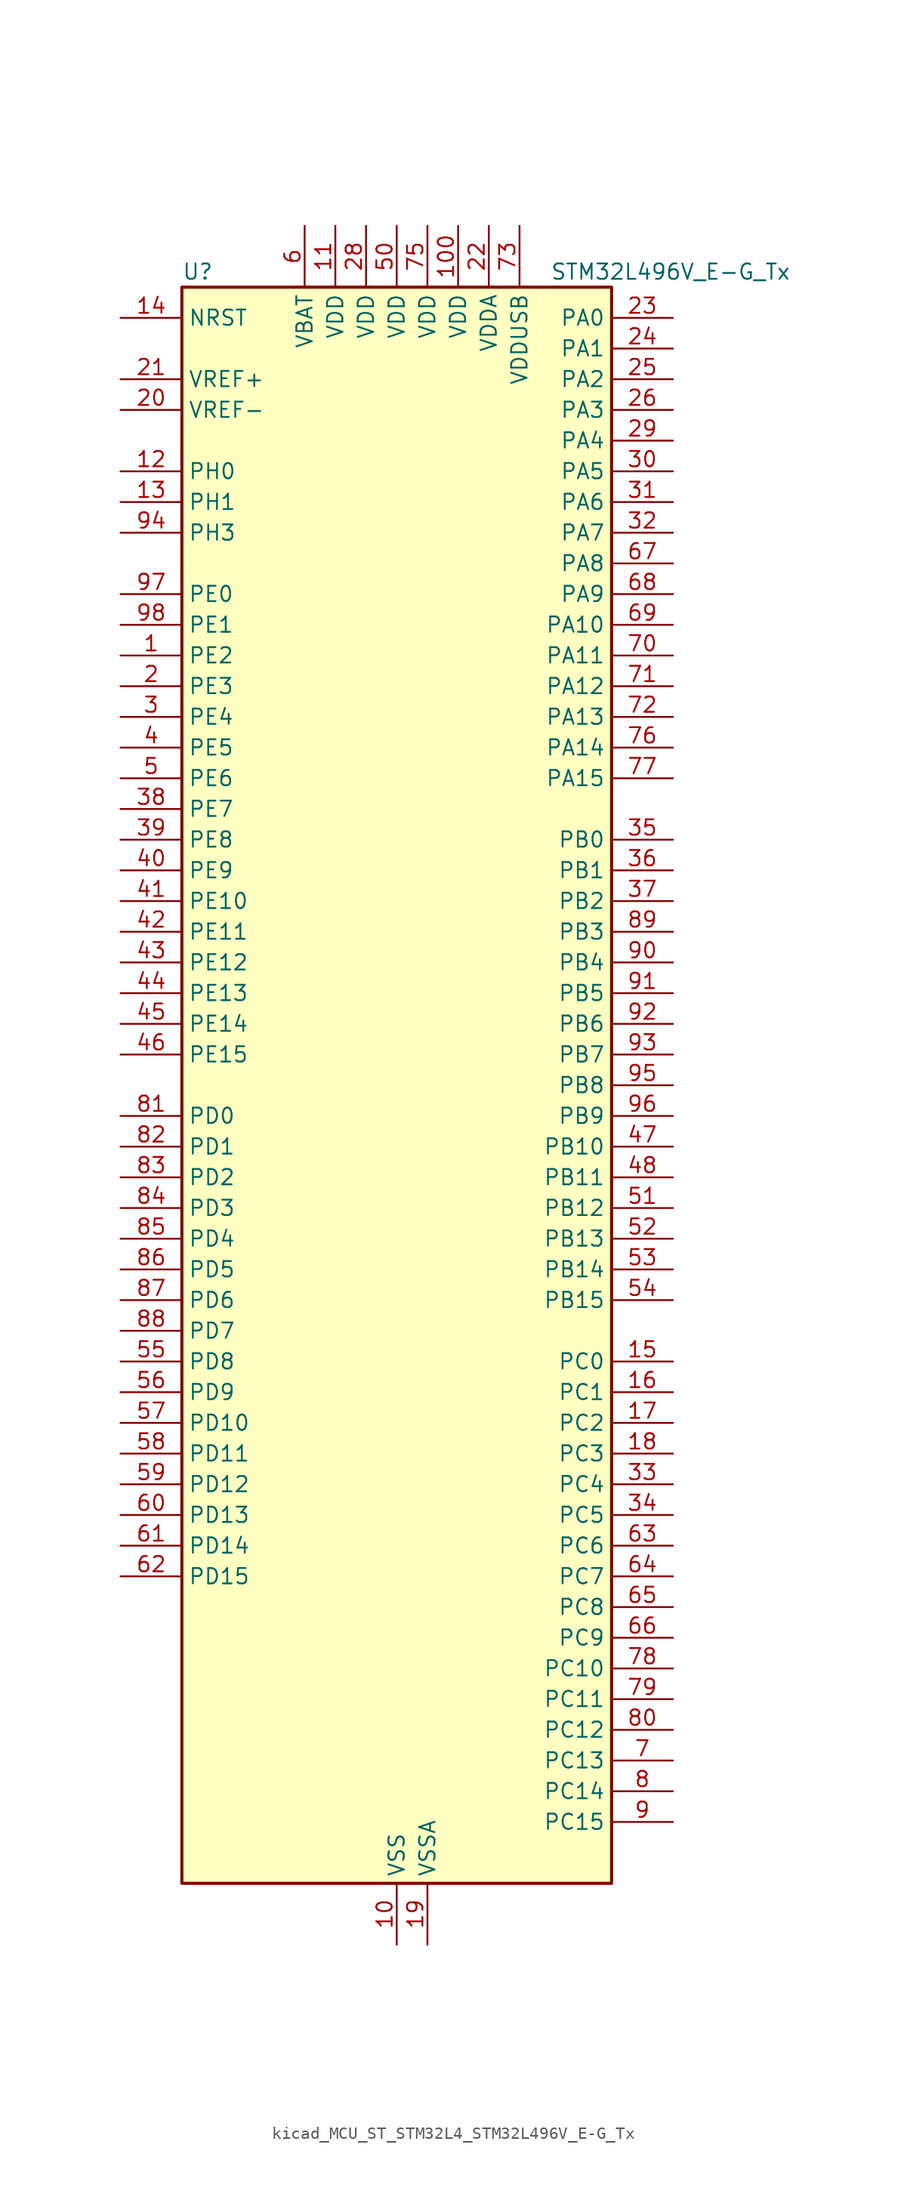
<source format=kicad_sym>
(kicad_symbol_lib
  (version 20220914)
  (generator kicad_symbol_editor)
  (symbol "kicad_MCU_ST_STM32L4_STM32L496V_E-G_Tx"
    (property "Reference" "U"
      (at -17.78 67.31 0)
      (effects (font (size 1.27 1.27)) (justify left)))
    (property "Value" "STM32L496V_E-G_Tx"
      (at 12.7 67.31 0)
      (effects (font (size 1.27 1.27)) (justify left)))
    (property "ki_locked" ""
      (at 0 0 0)
      (effects (font (size 1.27 1.27))))
    (symbol "kicad_MCU_ST_STM32L4_STM32L496V_E-G_Tx_0_1"
      (rectangle (start -17.78 -66.04) (end 17.78 66.04) (stroke (width 0.254) (type default)) (fill (type background))))
    (symbol "kicad_MCU_ST_STM32L4_STM32L496V_E-G_Tx_1_1"
      (pin bidirectional line (at -22.86 35.56 0) (length 5.08) (name "PE2" (effects (font (size 1.27 1.27)))) (number "1" (effects (font (size 1.27 1.27)))) (alternate "FMC_A23" bidirectional line) (alternate "LCD_SEG38" bidirectional line) (alternate "SAI1_MCLK_A" bidirectional line) (alternate "SYS_TRACECLK" bidirectional line) (alternate "TIM3_ETR" bidirectional line) (alternate "TSC_G7_IO1" bidirectional line))
      (pin power_in line (at 0 -71.12 90) (length 5.08) (name "VSS" (effects (font (size 1.27 1.27)))) (number "10" (effects (font (size 1.27 1.27)))))
      (pin power_in line (at 5.08 71.12 270) (length 5.08) (name "VDD" (effects (font (size 1.27 1.27)))) (number "100" (effects (font (size 1.27 1.27)))))
      (pin power_in line (at -5.08 71.12 270) (length 5.08) (name "VDD" (effects (font (size 1.27 1.27)))) (number "11" (effects (font (size 1.27 1.27)))))
      (pin bidirectional line (at -22.86 50.8 0) (length 5.08) (name "PH0" (effects (font (size 1.27 1.27)))) (number "12" (effects (font (size 1.27 1.27)))) (alternate "RCC_OSC_IN" bidirectional line))
      (pin bidirectional line (at -22.86 48.26 0) (length 5.08) (name "PH1" (effects (font (size 1.27 1.27)))) (number "13" (effects (font (size 1.27 1.27)))) (alternate "RCC_OSC_OUT" bidirectional line))
      (pin input line (at -22.86 63.5 0) (length 5.08) (name "NRST" (effects (font (size 1.27 1.27)))) (number "14" (effects (font (size 1.27 1.27)))))
      (pin bidirectional line (at 22.86 -22.86 180) (length 5.08) (name "PC0" (effects (font (size 1.27 1.27)))) (number "15" (effects (font (size 1.27 1.27)))) (alternate "ADC1_IN1" bidirectional line) (alternate "ADC2_IN1" bidirectional line) (alternate "ADC3_IN1" bidirectional line) (alternate "DFSDM1_DATIN4" bidirectional line) (alternate "I2C3_SCL" bidirectional line) (alternate "I2C4_SCL" bidirectional line) (alternate "LCD_SEG18" bidirectional line) (alternate "LPTIM1_IN1" bidirectional line) (alternate "LPTIM2_IN1" bidirectional line) (alternate "LPUART1_RX" bidirectional line))
      (pin bidirectional line (at 22.86 -25.4 180) (length 5.08) (name "PC1" (effects (font (size 1.27 1.27)))) (number "16" (effects (font (size 1.27 1.27)))) (alternate "ADC1_IN2" bidirectional line) (alternate "ADC2_IN2" bidirectional line) (alternate "ADC3_IN2" bidirectional line) (alternate "DFSDM1_CKIN4" bidirectional line) (alternate "I2C3_SDA" bidirectional line) (alternate "I2C4_SDA" bidirectional line) (alternate "LCD_SEG19" bidirectional line) (alternate "LPTIM1_OUT" bidirectional line) (alternate "LPUART1_TX" bidirectional line) (alternate "QUADSPI_BK2_IO0" bidirectional line) (alternate "SAI1_SD_A" bidirectional line) (alternate "SPI2_MOSI" bidirectional line) (alternate "SYS_TRACED0" bidirectional line))
      (pin bidirectional line (at 22.86 -27.94 180) (length 5.08) (name "PC2" (effects (font (size 1.27 1.27)))) (number "17" (effects (font (size 1.27 1.27)))) (alternate "ADC1_IN3" bidirectional line) (alternate "ADC2_IN3" bidirectional line) (alternate "ADC3_IN3" bidirectional line) (alternate "DFSDM1_CKOUT" bidirectional line) (alternate "LCD_SEG20" bidirectional line) (alternate "LPTIM1_IN2" bidirectional line) (alternate "QUADSPI_BK2_IO1" bidirectional line) (alternate "SPI2_MISO" bidirectional line))
      (pin bidirectional line (at 22.86 -30.48 180) (length 5.08) (name "PC3" (effects (font (size 1.27 1.27)))) (number "18" (effects (font (size 1.27 1.27)))) (alternate "ADC1_IN4" bidirectional line) (alternate "ADC2_IN4" bidirectional line) (alternate "ADC3_IN4" bidirectional line) (alternate "LCD_VLCD" bidirectional line) (alternate "LPTIM1_ETR" bidirectional line) (alternate "LPTIM2_ETR" bidirectional line) (alternate "QUADSPI_BK2_IO2" bidirectional line) (alternate "SAI1_SD_A" bidirectional line) (alternate "SPI2_MOSI" bidirectional line))
      (pin power_in line (at 2.54 -71.12 90) (length 5.08) (name "VSSA" (effects (font (size 1.27 1.27)))) (number "19" (effects (font (size 1.27 1.27)))))
      (pin bidirectional line (at -22.86 33.02 0) (length 5.08) (name "PE3" (effects (font (size 1.27 1.27)))) (number "2" (effects (font (size 1.27 1.27)))) (alternate "FMC_A19" bidirectional line) (alternate "LCD_SEG39" bidirectional line) (alternate "SAI1_SD_B" bidirectional line) (alternate "SYS_TRACED0" bidirectional line) (alternate "TIM3_CH1" bidirectional line) (alternate "TSC_G7_IO2" bidirectional line))
      (pin input line (at -22.86 55.88 0) (length 5.08) (name "VREF-" (effects (font (size 1.27 1.27)))) (number "20" (effects (font (size 1.27 1.27)))))
      (pin input line (at -22.86 58.42 0) (length 5.08) (name "VREF+" (effects (font (size 1.27 1.27)))) (number "21" (effects (font (size 1.27 1.27)))) (alternate "VREFBUF_OUT" bidirectional line))
      (pin power_in line (at 7.62 71.12 270) (length 5.08) (name "VDDA" (effects (font (size 1.27 1.27)))) (number "22" (effects (font (size 1.27 1.27)))))
      (pin bidirectional line (at 22.86 63.5 180) (length 5.08) (name "PA0" (effects (font (size 1.27 1.27)))) (number "23" (effects (font (size 1.27 1.27)))) (alternate "ADC1_IN5" bidirectional line) (alternate "ADC2_IN5" bidirectional line) (alternate "OPAMP1_VINP" bidirectional line) (alternate "RTC_TAMP2" bidirectional line) (alternate "SAI1_EXTCLK" bidirectional line) (alternate "SYS_WKUP1" bidirectional line) (alternate "TIM2_CH1" bidirectional line) (alternate "TIM2_ETR" bidirectional line) (alternate "TIM5_CH1" bidirectional line) (alternate "TIM8_ETR" bidirectional line) (alternate "UART4_TX" bidirectional line) (alternate "USART2_CTS" bidirectional line))
      (pin bidirectional line (at 22.86 60.96 180) (length 5.08) (name "PA1" (effects (font (size 1.27 1.27)))) (number "24" (effects (font (size 1.27 1.27)))) (alternate "ADC1_IN6" bidirectional line) (alternate "ADC2_IN6" bidirectional line) (alternate "I2C1_SMBA" bidirectional line) (alternate "LCD_SEG0" bidirectional line) (alternate "OPAMP1_VINM" bidirectional line) (alternate "SPI1_SCK" bidirectional line) (alternate "TIM15_CH1N" bidirectional line) (alternate "TIM2_CH2" bidirectional line) (alternate "TIM5_CH2" bidirectional line) (alternate "UART4_RX" bidirectional line) (alternate "USART2_DE" bidirectional line) (alternate "USART2_RTS" bidirectional line))
      (pin bidirectional line (at 22.86 58.42 180) (length 5.08) (name "PA2" (effects (font (size 1.27 1.27)))) (number "25" (effects (font (size 1.27 1.27)))) (alternate "ADC1_IN7" bidirectional line) (alternate "ADC2_IN7" bidirectional line) (alternate "LCD_SEG1" bidirectional line) (alternate "LPUART1_TX" bidirectional line) (alternate "QUADSPI_BK1_NCS" bidirectional line) (alternate "RCC_LSCO" bidirectional line) (alternate "SAI2_EXTCLK" bidirectional line) (alternate "SYS_WKUP4" bidirectional line) (alternate "TIM15_CH1" bidirectional line) (alternate "TIM2_CH3" bidirectional line) (alternate "TIM5_CH3" bidirectional line) (alternate "USART2_TX" bidirectional line))
      (pin bidirectional line (at 22.86 55.88 180) (length 5.08) (name "PA3" (effects (font (size 1.27 1.27)))) (number "26" (effects (font (size 1.27 1.27)))) (alternate "ADC1_IN8" bidirectional line) (alternate "ADC2_IN8" bidirectional line) (alternate "LCD_SEG2" bidirectional line) (alternate "LPUART1_RX" bidirectional line) (alternate "OPAMP1_VOUT" bidirectional line) (alternate "QUADSPI_CLK" bidirectional line) (alternate "SAI1_MCLK_A" bidirectional line) (alternate "TIM15_CH2" bidirectional line) (alternate "TIM2_CH4" bidirectional line) (alternate "TIM5_CH4" bidirectional line) (alternate "USART2_RX" bidirectional line))
      (pin passive line (at 0 -71.12 90) (length 5.08) hide (name "VSS" (effects (font (size 1.27 1.27)))) (number "27" (effects (font (size 1.27 1.27)))))
      (pin power_in line (at -2.54 71.12 270) (length 5.08) (name "VDD" (effects (font (size 1.27 1.27)))) (number "28" (effects (font (size 1.27 1.27)))))
      (pin bidirectional line (at 22.86 53.34 180) (length 5.08) (name "PA4" (effects (font (size 1.27 1.27)))) (number "29" (effects (font (size 1.27 1.27)))) (alternate "ADC1_IN9" bidirectional line) (alternate "ADC2_IN9" bidirectional line) (alternate "DAC1_OUT1" bidirectional line) (alternate "DCMI_HSYNC" bidirectional line) (alternate "LPTIM2_OUT" bidirectional line) (alternate "SAI1_FS_B" bidirectional line) (alternate "SPI1_NSS" bidirectional line) (alternate "SPI3_NSS" bidirectional line) (alternate "USART2_CK" bidirectional line))
      (pin bidirectional line (at -22.86 30.48 0) (length 5.08) (name "PE4" (effects (font (size 1.27 1.27)))) (number "3" (effects (font (size 1.27 1.27)))) (alternate "DCMI_D4" bidirectional line) (alternate "DFSDM1_DATIN3" bidirectional line) (alternate "FMC_A20" bidirectional line) (alternate "SAI1_FS_A" bidirectional line) (alternate "SYS_TRACED1" bidirectional line) (alternate "TIM3_CH2" bidirectional line) (alternate "TSC_G7_IO3" bidirectional line))
      (pin bidirectional line (at 22.86 50.8 180) (length 5.08) (name "PA5" (effects (font (size 1.27 1.27)))) (number "30" (effects (font (size 1.27 1.27)))) (alternate "ADC1_IN10" bidirectional line) (alternate "ADC2_IN10" bidirectional line) (alternate "DAC1_OUT2" bidirectional line) (alternate "LPTIM2_ETR" bidirectional line) (alternate "SPI1_SCK" bidirectional line) (alternate "TIM2_CH1" bidirectional line) (alternate "TIM2_ETR" bidirectional line) (alternate "TIM8_CH1N" bidirectional line))
      (pin bidirectional line (at 22.86 48.26 180) (length 5.08) (name "PA6" (effects (font (size 1.27 1.27)))) (number "31" (effects (font (size 1.27 1.27)))) (alternate "ADC1_IN11" bidirectional line) (alternate "ADC2_IN11" bidirectional line) (alternate "DCMI_PIXCLK" bidirectional line) (alternate "LCD_SEG3" bidirectional line) (alternate "LPUART1_CTS" bidirectional line) (alternate "OPAMP2_VINP" bidirectional line) (alternate "QUADSPI_BK1_IO3" bidirectional line) (alternate "SPI1_MISO" bidirectional line) (alternate "TIM16_CH1" bidirectional line) (alternate "TIM1_BKIN" bidirectional line) (alternate "TIM1_BKIN_COMP2" bidirectional line) (alternate "TIM3_CH1" bidirectional line) (alternate "TIM8_BKIN" bidirectional line) (alternate "TIM8_BKIN_COMP2" bidirectional line) (alternate "USART3_CTS" bidirectional line))
      (pin bidirectional line (at 22.86 45.72 180) (length 5.08) (name "PA7" (effects (font (size 1.27 1.27)))) (number "32" (effects (font (size 1.27 1.27)))) (alternate "ADC1_IN12" bidirectional line) (alternate "ADC2_IN12" bidirectional line) (alternate "I2C3_SCL" bidirectional line) (alternate "LCD_SEG4" bidirectional line) (alternate "OPAMP2_VINM" bidirectional line) (alternate "QUADSPI_BK1_IO2" bidirectional line) (alternate "SPI1_MOSI" bidirectional line) (alternate "TIM17_CH1" bidirectional line) (alternate "TIM1_CH1N" bidirectional line) (alternate "TIM3_CH2" bidirectional line) (alternate "TIM8_CH1N" bidirectional line))
      (pin bidirectional line (at 22.86 -33.02 180) (length 5.08) (name "PC4" (effects (font (size 1.27 1.27)))) (number "33" (effects (font (size 1.27 1.27)))) (alternate "ADC1_IN13" bidirectional line) (alternate "ADC2_IN13" bidirectional line) (alternate "COMP1_INM" bidirectional line) (alternate "LCD_SEG22" bidirectional line) (alternate "QUADSPI_BK2_IO3" bidirectional line) (alternate "USART3_TX" bidirectional line))
      (pin bidirectional line (at 22.86 -35.56 180) (length 5.08) (name "PC5" (effects (font (size 1.27 1.27)))) (number "34" (effects (font (size 1.27 1.27)))) (alternate "ADC1_IN14" bidirectional line) (alternate "ADC2_IN14" bidirectional line) (alternate "COMP1_INP" bidirectional line) (alternate "LCD_SEG23" bidirectional line) (alternate "SYS_WKUP5" bidirectional line) (alternate "USART3_RX" bidirectional line))
      (pin bidirectional line (at 22.86 20.32 180) (length 5.08) (name "PB0" (effects (font (size 1.27 1.27)))) (number "35" (effects (font (size 1.27 1.27)))) (alternate "ADC1_IN15" bidirectional line) (alternate "ADC2_IN15" bidirectional line) (alternate "COMP1_OUT" bidirectional line) (alternate "LCD_SEG5" bidirectional line) (alternate "OPAMP2_VOUT" bidirectional line) (alternate "QUADSPI_BK1_IO1" bidirectional line) (alternate "SAI1_EXTCLK" bidirectional line) (alternate "SPI1_NSS" bidirectional line) (alternate "TIM1_CH2N" bidirectional line) (alternate "TIM3_CH3" bidirectional line) (alternate "TIM8_CH2N" bidirectional line) (alternate "USART3_CK" bidirectional line))
      (pin bidirectional line (at 22.86 17.78 180) (length 5.08) (name "PB1" (effects (font (size 1.27 1.27)))) (number "36" (effects (font (size 1.27 1.27)))) (alternate "ADC1_IN16" bidirectional line) (alternate "ADC2_IN16" bidirectional line) (alternate "COMP1_INM" bidirectional line) (alternate "DFSDM1_DATIN0" bidirectional line) (alternate "LCD_SEG6" bidirectional line) (alternate "LPTIM2_IN1" bidirectional line) (alternate "LPUART1_DE" bidirectional line) (alternate "LPUART1_RTS" bidirectional line) (alternate "QUADSPI_BK1_IO0" bidirectional line) (alternate "TIM1_CH3N" bidirectional line) (alternate "TIM3_CH4" bidirectional line) (alternate "TIM8_CH3N" bidirectional line) (alternate "USART3_DE" bidirectional line) (alternate "USART3_RTS" bidirectional line))
      (pin bidirectional line (at 22.86 15.24 180) (length 5.08) (name "PB2" (effects (font (size 1.27 1.27)))) (number "37" (effects (font (size 1.27 1.27)))) (alternate "COMP1_INP" bidirectional line) (alternate "DFSDM1_CKIN0" bidirectional line) (alternate "I2C3_SMBA" bidirectional line) (alternate "LCD_VLCD" bidirectional line) (alternate "LPTIM1_OUT" bidirectional line) (alternate "RTC_OUT_ALARM" bidirectional line) (alternate "RTC_OUT_CALIB" bidirectional line))
      (pin bidirectional line (at -22.86 22.86 0) (length 5.08) (name "PE7" (effects (font (size 1.27 1.27)))) (number "38" (effects (font (size 1.27 1.27)))) (alternate "DFSDM1_DATIN2" bidirectional line) (alternate "FMC_D4" bidirectional line) (alternate "FMC_DA4" bidirectional line) (alternate "SAI1_SD_B" bidirectional line) (alternate "TIM1_ETR" bidirectional line))
      (pin bidirectional line (at -22.86 20.32 0) (length 5.08) (name "PE8" (effects (font (size 1.27 1.27)))) (number "39" (effects (font (size 1.27 1.27)))) (alternate "DFSDM1_CKIN2" bidirectional line) (alternate "FMC_D5" bidirectional line) (alternate "FMC_DA5" bidirectional line) (alternate "SAI1_SCK_B" bidirectional line) (alternate "TIM1_CH1N" bidirectional line))
      (pin bidirectional line (at -22.86 27.94 0) (length 5.08) (name "PE5" (effects (font (size 1.27 1.27)))) (number "4" (effects (font (size 1.27 1.27)))) (alternate "DCMI_D6" bidirectional line) (alternate "DFSDM1_CKIN3" bidirectional line) (alternate "FMC_A21" bidirectional line) (alternate "SAI1_SCK_A" bidirectional line) (alternate "SYS_TRACED2" bidirectional line) (alternate "TIM3_CH3" bidirectional line) (alternate "TSC_G7_IO4" bidirectional line))
      (pin bidirectional line (at -22.86 17.78 0) (length 5.08) (name "PE9" (effects (font (size 1.27 1.27)))) (number "40" (effects (font (size 1.27 1.27)))) (alternate "DAC1_EXTI9" bidirectional line) (alternate "DFSDM1_CKOUT" bidirectional line) (alternate "FMC_D6" bidirectional line) (alternate "FMC_DA6" bidirectional line) (alternate "SAI1_FS_B" bidirectional line) (alternate "TIM1_CH1" bidirectional line))
      (pin bidirectional line (at -22.86 15.24 0) (length 5.08) (name "PE10" (effects (font (size 1.27 1.27)))) (number "41" (effects (font (size 1.27 1.27)))) (alternate "DFSDM1_DATIN4" bidirectional line) (alternate "FMC_D7" bidirectional line) (alternate "FMC_DA7" bidirectional line) (alternate "QUADSPI_CLK" bidirectional line) (alternate "SAI1_MCLK_B" bidirectional line) (alternate "TIM1_CH2N" bidirectional line) (alternate "TSC_G5_IO1" bidirectional line))
      (pin bidirectional line (at -22.86 12.7 0) (length 5.08) (name "PE11" (effects (font (size 1.27 1.27)))) (number "42" (effects (font (size 1.27 1.27)))) (alternate "ADC1_EXTI11" bidirectional line) (alternate "ADC2_EXTI11" bidirectional line) (alternate "ADC3_EXTI11" bidirectional line) (alternate "DFSDM1_CKIN4" bidirectional line) (alternate "FMC_D8" bidirectional line) (alternate "FMC_DA8" bidirectional line) (alternate "QUADSPI_BK1_NCS" bidirectional line) (alternate "TIM1_CH2" bidirectional line) (alternate "TSC_G5_IO2" bidirectional line))
      (pin bidirectional line (at -22.86 10.16 0) (length 5.08) (name "PE12" (effects (font (size 1.27 1.27)))) (number "43" (effects (font (size 1.27 1.27)))) (alternate "DFSDM1_DATIN5" bidirectional line) (alternate "FMC_D9" bidirectional line) (alternate "FMC_DA9" bidirectional line) (alternate "QUADSPI_BK1_IO0" bidirectional line) (alternate "SPI1_NSS" bidirectional line) (alternate "TIM1_CH3N" bidirectional line) (alternate "TSC_G5_IO3" bidirectional line))
      (pin bidirectional line (at -22.86 7.62 0) (length 5.08) (name "PE13" (effects (font (size 1.27 1.27)))) (number "44" (effects (font (size 1.27 1.27)))) (alternate "DFSDM1_CKIN5" bidirectional line) (alternate "FMC_D10" bidirectional line) (alternate "FMC_DA10" bidirectional line) (alternate "QUADSPI_BK1_IO1" bidirectional line) (alternate "SPI1_SCK" bidirectional line) (alternate "TIM1_CH3" bidirectional line) (alternate "TSC_G5_IO4" bidirectional line))
      (pin bidirectional line (at -22.86 5.08 0) (length 5.08) (name "PE14" (effects (font (size 1.27 1.27)))) (number "45" (effects (font (size 1.27 1.27)))) (alternate "FMC_D11" bidirectional line) (alternate "FMC_DA11" bidirectional line) (alternate "QUADSPI_BK1_IO2" bidirectional line) (alternate "SPI1_MISO" bidirectional line) (alternate "TIM1_BKIN2" bidirectional line) (alternate "TIM1_BKIN2_COMP2" bidirectional line) (alternate "TIM1_CH4" bidirectional line))
      (pin bidirectional line (at -22.86 2.54 0) (length 5.08) (name "PE15" (effects (font (size 1.27 1.27)))) (number "46" (effects (font (size 1.27 1.27)))) (alternate "ADC1_EXTI15" bidirectional line) (alternate "ADC2_EXTI15" bidirectional line) (alternate "ADC3_EXTI15" bidirectional line) (alternate "FMC_D12" bidirectional line) (alternate "FMC_DA12" bidirectional line) (alternate "QUADSPI_BK1_IO3" bidirectional line) (alternate "SPI1_MOSI" bidirectional line) (alternate "TIM1_BKIN" bidirectional line) (alternate "TIM1_BKIN_COMP1" bidirectional line))
      (pin bidirectional line (at 22.86 -5.08 180) (length 5.08) (name "PB10" (effects (font (size 1.27 1.27)))) (number "47" (effects (font (size 1.27 1.27)))) (alternate "COMP1_OUT" bidirectional line) (alternate "DFSDM1_DATIN7" bidirectional line) (alternate "I2C2_SCL" bidirectional line) (alternate "I2C4_SCL" bidirectional line) (alternate "LCD_SEG10" bidirectional line) (alternate "LPUART1_RX" bidirectional line) (alternate "QUADSPI_CLK" bidirectional line) (alternate "SAI1_SCK_A" bidirectional line) (alternate "SPI2_SCK" bidirectional line) (alternate "TIM2_CH3" bidirectional line) (alternate "TSC_SYNC" bidirectional line) (alternate "USART3_TX" bidirectional line))
      (pin bidirectional line (at 22.86 -7.62 180) (length 5.08) (name "PB11" (effects (font (size 1.27 1.27)))) (number "48" (effects (font (size 1.27 1.27)))) (alternate "ADC1_EXTI11" bidirectional line) (alternate "ADC2_EXTI11" bidirectional line) (alternate "ADC3_EXTI11" bidirectional line) (alternate "COMP2_OUT" bidirectional line) (alternate "DFSDM1_CKIN7" bidirectional line) (alternate "I2C2_SDA" bidirectional line) (alternate "I2C4_SDA" bidirectional line) (alternate "LCD_SEG11" bidirectional line) (alternate "LPUART1_TX" bidirectional line) (alternate "QUADSPI_BK1_NCS" bidirectional line) (alternate "TIM2_CH4" bidirectional line) (alternate "USART3_RX" bidirectional line))
      (pin passive line (at 0 -71.12 90) (length 5.08) hide (name "VSS" (effects (font (size 1.27 1.27)))) (number "49" (effects (font (size 1.27 1.27)))))
      (pin bidirectional line (at -22.86 25.4 0) (length 5.08) (name "PE6" (effects (font (size 1.27 1.27)))) (number "5" (effects (font (size 1.27 1.27)))) (alternate "DCMI_D7" bidirectional line) (alternate "FMC_A22" bidirectional line) (alternate "RTC_TAMP3" bidirectional line) (alternate "SAI1_SD_A" bidirectional line) (alternate "SYS_TRACED3" bidirectional line) (alternate "SYS_WKUP3" bidirectional line) (alternate "TIM3_CH4" bidirectional line))
      (pin power_in line (at 0 71.12 270) (length 5.08) (name "VDD" (effects (font (size 1.27 1.27)))) (number "50" (effects (font (size 1.27 1.27)))))
      (pin bidirectional line (at 22.86 -10.16 180) (length 5.08) (name "PB12" (effects (font (size 1.27 1.27)))) (number "51" (effects (font (size 1.27 1.27)))) (alternate "CAN2_RX" bidirectional line) (alternate "DFSDM1_DATIN1" bidirectional line) (alternate "I2C2_SMBA" bidirectional line) (alternate "LCD_SEG12" bidirectional line) (alternate "LPUART1_DE" bidirectional line) (alternate "LPUART1_RTS" bidirectional line) (alternate "SAI2_FS_A" bidirectional line) (alternate "SPI2_NSS" bidirectional line) (alternate "SWPMI1_IO" bidirectional line) (alternate "TIM15_BKIN" bidirectional line) (alternate "TIM1_BKIN" bidirectional line) (alternate "TIM1_BKIN_COMP2" bidirectional line) (alternate "TSC_G1_IO1" bidirectional line) (alternate "USART3_CK" bidirectional line))
      (pin bidirectional line (at 22.86 -12.7 180) (length 5.08) (name "PB13" (effects (font (size 1.27 1.27)))) (number "52" (effects (font (size 1.27 1.27)))) (alternate "CAN2_TX" bidirectional line) (alternate "DFSDM1_CKIN1" bidirectional line) (alternate "I2C2_SCL" bidirectional line) (alternate "LCD_SEG13" bidirectional line) (alternate "LPUART1_CTS" bidirectional line) (alternate "SAI2_SCK_A" bidirectional line) (alternate "SPI2_SCK" bidirectional line) (alternate "SWPMI1_TX" bidirectional line) (alternate "TIM15_CH1N" bidirectional line) (alternate "TIM1_CH1N" bidirectional line) (alternate "TSC_G1_IO2" bidirectional line) (alternate "USART3_CTS" bidirectional line))
      (pin bidirectional line (at 22.86 -15.24 180) (length 5.08) (name "PB14" (effects (font (size 1.27 1.27)))) (number "53" (effects (font (size 1.27 1.27)))) (alternate "DFSDM1_DATIN2" bidirectional line) (alternate "I2C2_SDA" bidirectional line) (alternate "LCD_SEG14" bidirectional line) (alternate "SAI2_MCLK_A" bidirectional line) (alternate "SPI2_MISO" bidirectional line) (alternate "SWPMI1_RX" bidirectional line) (alternate "TIM15_CH1" bidirectional line) (alternate "TIM1_CH2N" bidirectional line) (alternate "TIM8_CH2N" bidirectional line) (alternate "TSC_G1_IO3" bidirectional line) (alternate "USART3_DE" bidirectional line) (alternate "USART3_RTS" bidirectional line))
      (pin bidirectional line (at 22.86 -17.78 180) (length 5.08) (name "PB15" (effects (font (size 1.27 1.27)))) (number "54" (effects (font (size 1.27 1.27)))) (alternate "ADC1_EXTI15" bidirectional line) (alternate "ADC2_EXTI15" bidirectional line) (alternate "ADC3_EXTI15" bidirectional line) (alternate "DFSDM1_CKIN2" bidirectional line) (alternate "LCD_SEG15" bidirectional line) (alternate "RTC_REFIN" bidirectional line) (alternate "SAI2_SD_A" bidirectional line) (alternate "SPI2_MOSI" bidirectional line) (alternate "SWPMI1_SUSPEND" bidirectional line) (alternate "TIM15_CH2" bidirectional line) (alternate "TIM1_CH3N" bidirectional line) (alternate "TIM8_CH3N" bidirectional line) (alternate "TSC_G1_IO4" bidirectional line))
      (pin bidirectional line (at -22.86 -22.86 0) (length 5.08) (name "PD8" (effects (font (size 1.27 1.27)))) (number "55" (effects (font (size 1.27 1.27)))) (alternate "DCMI_HSYNC" bidirectional line) (alternate "FMC_D13" bidirectional line) (alternate "FMC_DA13" bidirectional line) (alternate "LCD_SEG28" bidirectional line) (alternate "USART3_TX" bidirectional line))
      (pin bidirectional line (at -22.86 -25.4 0) (length 5.08) (name "PD9" (effects (font (size 1.27 1.27)))) (number "56" (effects (font (size 1.27 1.27)))) (alternate "DAC1_EXTI9" bidirectional line) (alternate "DCMI_PIXCLK" bidirectional line) (alternate "FMC_D14" bidirectional line) (alternate "FMC_DA14" bidirectional line) (alternate "LCD_SEG29" bidirectional line) (alternate "SAI2_MCLK_A" bidirectional line) (alternate "USART3_RX" bidirectional line))
      (pin bidirectional line (at -22.86 -27.94 0) (length 5.08) (name "PD10" (effects (font (size 1.27 1.27)))) (number "57" (effects (font (size 1.27 1.27)))) (alternate "FMC_D15" bidirectional line) (alternate "FMC_DA15" bidirectional line) (alternate "LCD_SEG30" bidirectional line) (alternate "SAI2_SCK_A" bidirectional line) (alternate "TSC_G6_IO1" bidirectional line) (alternate "USART3_CK" bidirectional line))
      (pin bidirectional line (at -22.86 -30.48 0) (length 5.08) (name "PD11" (effects (font (size 1.27 1.27)))) (number "58" (effects (font (size 1.27 1.27)))) (alternate "ADC1_EXTI11" bidirectional line) (alternate "ADC2_EXTI11" bidirectional line) (alternate "ADC3_EXTI11" bidirectional line) (alternate "FMC_A16" bidirectional line) (alternate "FMC_CLE" bidirectional line) (alternate "I2C4_SMBA" bidirectional line) (alternate "LCD_SEG31" bidirectional line) (alternate "LPTIM2_ETR" bidirectional line) (alternate "SAI2_SD_A" bidirectional line) (alternate "TSC_G6_IO2" bidirectional line) (alternate "USART3_CTS" bidirectional line))
      (pin bidirectional line (at -22.86 -33.02 0) (length 5.08) (name "PD12" (effects (font (size 1.27 1.27)))) (number "59" (effects (font (size 1.27 1.27)))) (alternate "FMC_A17" bidirectional line) (alternate "FMC_ALE" bidirectional line) (alternate "I2C4_SCL" bidirectional line) (alternate "LCD_SEG32" bidirectional line) (alternate "LPTIM2_IN1" bidirectional line) (alternate "SAI2_FS_A" bidirectional line) (alternate "TIM4_CH1" bidirectional line) (alternate "TSC_G6_IO3" bidirectional line) (alternate "USART3_DE" bidirectional line) (alternate "USART3_RTS" bidirectional line))
      (pin power_in line (at -7.62 71.12 270) (length 5.08) (name "VBAT" (effects (font (size 1.27 1.27)))) (number "6" (effects (font (size 1.27 1.27)))))
      (pin bidirectional line (at -22.86 -35.56 0) (length 5.08) (name "PD13" (effects (font (size 1.27 1.27)))) (number "60" (effects (font (size 1.27 1.27)))) (alternate "FMC_A18" bidirectional line) (alternate "I2C4_SDA" bidirectional line) (alternate "LCD_SEG33" bidirectional line) (alternate "LPTIM2_OUT" bidirectional line) (alternate "TIM4_CH2" bidirectional line) (alternate "TSC_G6_IO4" bidirectional line))
      (pin bidirectional line (at -22.86 -38.1 0) (length 5.08) (name "PD14" (effects (font (size 1.27 1.27)))) (number "61" (effects (font (size 1.27 1.27)))) (alternate "FMC_D0" bidirectional line) (alternate "FMC_DA0" bidirectional line) (alternate "LCD_SEG34" bidirectional line) (alternate "TIM4_CH3" bidirectional line))
      (pin bidirectional line (at -22.86 -40.64 0) (length 5.08) (name "PD15" (effects (font (size 1.27 1.27)))) (number "62" (effects (font (size 1.27 1.27)))) (alternate "ADC1_EXTI15" bidirectional line) (alternate "ADC2_EXTI15" bidirectional line) (alternate "ADC3_EXTI15" bidirectional line) (alternate "FMC_D1" bidirectional line) (alternate "FMC_DA1" bidirectional line) (alternate "LCD_SEG35" bidirectional line) (alternate "TIM4_CH4" bidirectional line))
      (pin bidirectional line (at 22.86 -38.1 180) (length 5.08) (name "PC6" (effects (font (size 1.27 1.27)))) (number "63" (effects (font (size 1.27 1.27)))) (alternate "DCMI_D0" bidirectional line) (alternate "DFSDM1_CKIN3" bidirectional line) (alternate "LCD_SEG24" bidirectional line) (alternate "SAI2_MCLK_A" bidirectional line) (alternate "SDMMC1_D6" bidirectional line) (alternate "TIM3_CH1" bidirectional line) (alternate "TIM8_CH1" bidirectional line) (alternate "TSC_G4_IO1" bidirectional line))
      (pin bidirectional line (at 22.86 -40.64 180) (length 5.08) (name "PC7" (effects (font (size 1.27 1.27)))) (number "64" (effects (font (size 1.27 1.27)))) (alternate "DCMI_D1" bidirectional line) (alternate "DFSDM1_DATIN3" bidirectional line) (alternate "LCD_SEG25" bidirectional line) (alternate "SAI2_MCLK_B" bidirectional line) (alternate "SDMMC1_D7" bidirectional line) (alternate "TIM3_CH2" bidirectional line) (alternate "TIM8_CH2" bidirectional line) (alternate "TSC_G4_IO2" bidirectional line))
      (pin bidirectional line (at 22.86 -43.18 180) (length 5.08) (name "PC8" (effects (font (size 1.27 1.27)))) (number "65" (effects (font (size 1.27 1.27)))) (alternate "DCMI_D2" bidirectional line) (alternate "LCD_SEG26" bidirectional line) (alternate "SDMMC1_D0" bidirectional line) (alternate "TIM3_CH3" bidirectional line) (alternate "TIM8_CH3" bidirectional line) (alternate "TSC_G4_IO3" bidirectional line))
      (pin bidirectional line (at 22.86 -45.72 180) (length 5.08) (name "PC9" (effects (font (size 1.27 1.27)))) (number "66" (effects (font (size 1.27 1.27)))) (alternate "DAC1_EXTI9" bidirectional line) (alternate "DCMI_D3" bidirectional line) (alternate "I2C3_SDA" bidirectional line) (alternate "LCD_SEG27" bidirectional line) (alternate "SAI2_EXTCLK" bidirectional line) (alternate "SDMMC1_D1" bidirectional line) (alternate "TIM3_CH4" bidirectional line) (alternate "TIM8_BKIN2" bidirectional line) (alternate "TIM8_BKIN2_COMP1" bidirectional line) (alternate "TIM8_CH4" bidirectional line) (alternate "TSC_G4_IO4" bidirectional line) (alternate "USB_OTG_FS_NOE" bidirectional line))
      (pin bidirectional line (at 22.86 43.18 180) (length 5.08) (name "PA8" (effects (font (size 1.27 1.27)))) (number "67" (effects (font (size 1.27 1.27)))) (alternate "LCD_COM0" bidirectional line) (alternate "LPTIM2_OUT" bidirectional line) (alternate "RCC_MCO" bidirectional line) (alternate "SAI1_SCK_A" bidirectional line) (alternate "SWPMI1_IO" bidirectional line) (alternate "TIM1_CH1" bidirectional line) (alternate "USART1_CK" bidirectional line) (alternate "USB_OTG_FS_SOF" bidirectional line))
      (pin bidirectional line (at 22.86 40.64 180) (length 5.08) (name "PA9" (effects (font (size 1.27 1.27)))) (number "68" (effects (font (size 1.27 1.27)))) (alternate "DAC1_EXTI9" bidirectional line) (alternate "DCMI_D0" bidirectional line) (alternate "LCD_COM1" bidirectional line) (alternate "SAI1_FS_A" bidirectional line) (alternate "SPI2_SCK" bidirectional line) (alternate "TIM15_BKIN" bidirectional line) (alternate "TIM1_CH2" bidirectional line) (alternate "USART1_TX" bidirectional line) (alternate "USB_OTG_FS_VBUS" bidirectional line))
      (pin bidirectional line (at 22.86 38.1 180) (length 5.08) (name "PA10" (effects (font (size 1.27 1.27)))) (number "69" (effects (font (size 1.27 1.27)))) (alternate "DCMI_D1" bidirectional line) (alternate "LCD_COM2" bidirectional line) (alternate "SAI1_SD_A" bidirectional line) (alternate "TIM17_BKIN" bidirectional line) (alternate "TIM1_CH3" bidirectional line) (alternate "USART1_RX" bidirectional line) (alternate "USB_OTG_FS_ID" bidirectional line))
      (pin bidirectional line (at 22.86 -55.88 180) (length 5.08) (name "PC13" (effects (font (size 1.27 1.27)))) (number "7" (effects (font (size 1.27 1.27)))) (alternate "RTC_OUT_ALARM" bidirectional line) (alternate "RTC_OUT_CALIB" bidirectional line) (alternate "RTC_TAMP1" bidirectional line) (alternate "RTC_TS" bidirectional line) (alternate "SYS_WKUP2" bidirectional line))
      (pin bidirectional line (at 22.86 35.56 180) (length 5.08) (name "PA11" (effects (font (size 1.27 1.27)))) (number "70" (effects (font (size 1.27 1.27)))) (alternate "ADC1_EXTI11" bidirectional line) (alternate "ADC2_EXTI11" bidirectional line) (alternate "ADC3_EXTI11" bidirectional line) (alternate "CAN1_RX" bidirectional line) (alternate "SPI1_MISO" bidirectional line) (alternate "TIM1_BKIN2" bidirectional line) (alternate "TIM1_BKIN2_COMP1" bidirectional line) (alternate "TIM1_CH4" bidirectional line) (alternate "USART1_CTS" bidirectional line) (alternate "USB_OTG_FS_DM" bidirectional line))
      (pin bidirectional line (at 22.86 33.02 180) (length 5.08) (name "PA12" (effects (font (size 1.27 1.27)))) (number "71" (effects (font (size 1.27 1.27)))) (alternate "CAN1_TX" bidirectional line) (alternate "SPI1_MOSI" bidirectional line) (alternate "TIM1_ETR" bidirectional line) (alternate "USART1_DE" bidirectional line) (alternate "USART1_RTS" bidirectional line) (alternate "USB_OTG_FS_DP" bidirectional line))
      (pin bidirectional line (at 22.86 30.48 180) (length 5.08) (name "PA13" (effects (font (size 1.27 1.27)))) (number "72" (effects (font (size 1.27 1.27)))) (alternate "IR_OUT" bidirectional line) (alternate "SAI1_SD_B" bidirectional line) (alternate "SWPMI1_TX" bidirectional line) (alternate "SYS_JTMS-SWDIO" bidirectional line) (alternate "USB_OTG_FS_NOE" bidirectional line))
      (pin power_in line (at 10.16 71.12 270) (length 5.08) (name "VDDUSB" (effects (font (size 1.27 1.27)))) (number "73" (effects (font (size 1.27 1.27)))))
      (pin passive line (at 0 -71.12 90) (length 5.08) hide (name "VSS" (effects (font (size 1.27 1.27)))) (number "74" (effects (font (size 1.27 1.27)))))
      (pin power_in line (at 2.54 71.12 270) (length 5.08) (name "VDD" (effects (font (size 1.27 1.27)))) (number "75" (effects (font (size 1.27 1.27)))))
      (pin bidirectional line (at 22.86 27.94 180) (length 5.08) (name "PA14" (effects (font (size 1.27 1.27)))) (number "76" (effects (font (size 1.27 1.27)))) (alternate "I2C1_SMBA" bidirectional line) (alternate "I2C4_SMBA" bidirectional line) (alternate "LPTIM1_OUT" bidirectional line) (alternate "SAI1_FS_B" bidirectional line) (alternate "SWPMI1_RX" bidirectional line) (alternate "SYS_JTCK-SWCLK" bidirectional line) (alternate "USB_OTG_FS_SOF" bidirectional line))
      (pin bidirectional line (at 22.86 25.4 180) (length 5.08) (name "PA15" (effects (font (size 1.27 1.27)))) (number "77" (effects (font (size 1.27 1.27)))) (alternate "ADC1_EXTI15" bidirectional line) (alternate "ADC2_EXTI15" bidirectional line) (alternate "ADC3_EXTI15" bidirectional line) (alternate "LCD_SEG17" bidirectional line) (alternate "SAI2_FS_B" bidirectional line) (alternate "SPI1_NSS" bidirectional line) (alternate "SPI3_NSS" bidirectional line) (alternate "SWPMI1_SUSPEND" bidirectional line) (alternate "SYS_JTDI" bidirectional line) (alternate "TIM2_CH1" bidirectional line) (alternate "TIM2_ETR" bidirectional line) (alternate "TSC_G3_IO1" bidirectional line) (alternate "UART4_DE" bidirectional line) (alternate "UART4_RTS" bidirectional line) (alternate "USART2_RX" bidirectional line) (alternate "USART3_DE" bidirectional line) (alternate "USART3_RTS" bidirectional line))
      (pin bidirectional line (at 22.86 -48.26 180) (length 5.08) (name "PC10" (effects (font (size 1.27 1.27)))) (number "78" (effects (font (size 1.27 1.27)))) (alternate "DCMI_D8" bidirectional line) (alternate "LCD_COM4" bidirectional line) (alternate "LCD_SEG28" bidirectional line) (alternate "LCD_SEG40" bidirectional line) (alternate "SAI2_SCK_B" bidirectional line) (alternate "SDMMC1_D2" bidirectional line) (alternate "SPI3_SCK" bidirectional line) (alternate "SYS_TRACED1" bidirectional line) (alternate "TSC_G3_IO2" bidirectional line) (alternate "UART4_TX" bidirectional line) (alternate "USART3_TX" bidirectional line))
      (pin bidirectional line (at 22.86 -50.8 180) (length 5.08) (name "PC11" (effects (font (size 1.27 1.27)))) (number "79" (effects (font (size 1.27 1.27)))) (alternate "ADC1_EXTI11" bidirectional line) (alternate "ADC2_EXTI11" bidirectional line) (alternate "ADC3_EXTI11" bidirectional line) (alternate "DCMI_D4" bidirectional line) (alternate "LCD_COM5" bidirectional line) (alternate "LCD_SEG29" bidirectional line) (alternate "LCD_SEG41" bidirectional line) (alternate "QUADSPI_BK2_NCS" bidirectional line) (alternate "SAI2_MCLK_B" bidirectional line) (alternate "SDMMC1_D3" bidirectional line) (alternate "SPI3_MISO" bidirectional line) (alternate "TSC_G3_IO3" bidirectional line) (alternate "UART4_RX" bidirectional line) (alternate "USART3_RX" bidirectional line))
      (pin bidirectional line (at 22.86 -58.42 180) (length 5.08) (name "PC14" (effects (font (size 1.27 1.27)))) (number "8" (effects (font (size 1.27 1.27)))) (alternate "RCC_OSC32_IN" bidirectional line))
      (pin bidirectional line (at 22.86 -53.34 180) (length 5.08) (name "PC12" (effects (font (size 1.27 1.27)))) (number "80" (effects (font (size 1.27 1.27)))) (alternate "DCMI_D9" bidirectional line) (alternate "LCD_COM6" bidirectional line) (alternate "LCD_SEG30" bidirectional line) (alternate "LCD_SEG42" bidirectional line) (alternate "SAI2_SD_B" bidirectional line) (alternate "SDMMC1_CK" bidirectional line) (alternate "SPI3_MOSI" bidirectional line) (alternate "SYS_TRACED3" bidirectional line) (alternate "TSC_G3_IO4" bidirectional line) (alternate "UART5_TX" bidirectional line) (alternate "USART3_CK" bidirectional line))
      (pin bidirectional line (at -22.86 -2.54 0) (length 5.08) (name "PD0" (effects (font (size 1.27 1.27)))) (number "81" (effects (font (size 1.27 1.27)))) (alternate "CAN1_RX" bidirectional line) (alternate "DFSDM1_DATIN7" bidirectional line) (alternate "FMC_D2" bidirectional line) (alternate "FMC_DA2" bidirectional line) (alternate "SPI2_NSS" bidirectional line))
      (pin bidirectional line (at -22.86 -5.08 0) (length 5.08) (name "PD1" (effects (font (size 1.27 1.27)))) (number "82" (effects (font (size 1.27 1.27)))) (alternate "CAN1_TX" bidirectional line) (alternate "DFSDM1_CKIN7" bidirectional line) (alternate "FMC_D3" bidirectional line) (alternate "FMC_DA3" bidirectional line) (alternate "SPI2_SCK" bidirectional line))
      (pin bidirectional line (at -22.86 -7.62 0) (length 5.08) (name "PD2" (effects (font (size 1.27 1.27)))) (number "83" (effects (font (size 1.27 1.27)))) (alternate "DCMI_D11" bidirectional line) (alternate "LCD_COM7" bidirectional line) (alternate "LCD_SEG31" bidirectional line) (alternate "LCD_SEG43" bidirectional line) (alternate "SDMMC1_CMD" bidirectional line) (alternate "SYS_TRACED2" bidirectional line) (alternate "TIM3_ETR" bidirectional line) (alternate "TSC_SYNC" bidirectional line) (alternate "UART5_RX" bidirectional line) (alternate "USART3_DE" bidirectional line) (alternate "USART3_RTS" bidirectional line))
      (pin bidirectional line (at -22.86 -10.16 0) (length 5.08) (name "PD3" (effects (font (size 1.27 1.27)))) (number "84" (effects (font (size 1.27 1.27)))) (alternate "DCMI_D5" bidirectional line) (alternate "DFSDM1_DATIN0" bidirectional line) (alternate "FMC_CLK" bidirectional line) (alternate "QUADSPI_BK2_NCS" bidirectional line) (alternate "SPI2_MISO" bidirectional line) (alternate "SPI2_SCK" bidirectional line) (alternate "USART2_CTS" bidirectional line))
      (pin bidirectional line (at -22.86 -12.7 0) (length 5.08) (name "PD4" (effects (font (size 1.27 1.27)))) (number "85" (effects (font (size 1.27 1.27)))) (alternate "DFSDM1_CKIN0" bidirectional line) (alternate "FMC_NOE" bidirectional line) (alternate "QUADSPI_BK2_IO0" bidirectional line) (alternate "SPI2_MOSI" bidirectional line) (alternate "USART2_DE" bidirectional line) (alternate "USART2_RTS" bidirectional line))
      (pin bidirectional line (at -22.86 -15.24 0) (length 5.08) (name "PD5" (effects (font (size 1.27 1.27)))) (number "86" (effects (font (size 1.27 1.27)))) (alternate "FMC_NWE" bidirectional line) (alternate "QUADSPI_BK2_IO1" bidirectional line) (alternate "USART2_TX" bidirectional line))
      (pin bidirectional line (at -22.86 -17.78 0) (length 5.08) (name "PD6" (effects (font (size 1.27 1.27)))) (number "87" (effects (font (size 1.27 1.27)))) (alternate "DCMI_D10" bidirectional line) (alternate "DFSDM1_DATIN1" bidirectional line) (alternate "FMC_NWAIT" bidirectional line) (alternate "QUADSPI_BK2_IO1" bidirectional line) (alternate "QUADSPI_BK2_IO2" bidirectional line) (alternate "SAI1_SD_A" bidirectional line) (alternate "USART2_RX" bidirectional line))
      (pin bidirectional line (at -22.86 -20.32 0) (length 5.08) (name "PD7" (effects (font (size 1.27 1.27)))) (number "88" (effects (font (size 1.27 1.27)))) (alternate "DFSDM1_CKIN1" bidirectional line) (alternate "FMC_NE1" bidirectional line) (alternate "QUADSPI_BK2_IO3" bidirectional line) (alternate "USART2_CK" bidirectional line))
      (pin bidirectional line (at 22.86 12.7 180) (length 5.08) (name "PB3" (effects (font (size 1.27 1.27)))) (number "89" (effects (font (size 1.27 1.27)))) (alternate "COMP2_INM" bidirectional line) (alternate "CRS_SYNC" bidirectional line) (alternate "LCD_SEG7" bidirectional line) (alternate "SAI1_SCK_B" bidirectional line) (alternate "SPI1_SCK" bidirectional line) (alternate "SPI3_SCK" bidirectional line) (alternate "SYS_JTDO-SWO" bidirectional line) (alternate "TIM2_CH2" bidirectional line) (alternate "USART1_DE" bidirectional line) (alternate "USART1_RTS" bidirectional line))
      (pin bidirectional line (at 22.86 -60.96 180) (length 5.08) (name "PC15" (effects (font (size 1.27 1.27)))) (number "9" (effects (font (size 1.27 1.27)))) (alternate "ADC1_EXTI15" bidirectional line) (alternate "ADC2_EXTI15" bidirectional line) (alternate "ADC3_EXTI15" bidirectional line) (alternate "RCC_OSC32_OUT" bidirectional line))
      (pin bidirectional line (at 22.86 10.16 180) (length 5.08) (name "PB4" (effects (font (size 1.27 1.27)))) (number "90" (effects (font (size 1.27 1.27)))) (alternate "COMP2_INP" bidirectional line) (alternate "DCMI_D12" bidirectional line) (alternate "I2C3_SDA" bidirectional line) (alternate "LCD_SEG8" bidirectional line) (alternate "SAI1_MCLK_B" bidirectional line) (alternate "SPI1_MISO" bidirectional line) (alternate "SPI3_MISO" bidirectional line) (alternate "SYS_JTRST" bidirectional line) (alternate "TIM17_BKIN" bidirectional line) (alternate "TIM3_CH1" bidirectional line) (alternate "TSC_G2_IO1" bidirectional line) (alternate "UART5_DE" bidirectional line) (alternate "UART5_RTS" bidirectional line) (alternate "USART1_CTS" bidirectional line))
      (pin bidirectional line (at 22.86 7.62 180) (length 5.08) (name "PB5" (effects (font (size 1.27 1.27)))) (number "91" (effects (font (size 1.27 1.27)))) (alternate "CAN2_RX" bidirectional line) (alternate "COMP2_OUT" bidirectional line) (alternate "DCMI_D10" bidirectional line) (alternate "I2C1_SMBA" bidirectional line) (alternate "LCD_SEG9" bidirectional line) (alternate "LPTIM1_IN1" bidirectional line) (alternate "SAI1_SD_B" bidirectional line) (alternate "SPI1_MOSI" bidirectional line) (alternate "SPI3_MOSI" bidirectional line) (alternate "TIM16_BKIN" bidirectional line) (alternate "TIM3_CH2" bidirectional line) (alternate "TSC_G2_IO2" bidirectional line) (alternate "UART5_CTS" bidirectional line) (alternate "USART1_CK" bidirectional line))
      (pin bidirectional line (at 22.86 5.08 180) (length 5.08) (name "PB6" (effects (font (size 1.27 1.27)))) (number "92" (effects (font (size 1.27 1.27)))) (alternate "CAN2_TX" bidirectional line) (alternate "COMP2_INP" bidirectional line) (alternate "DCMI_D5" bidirectional line) (alternate "DFSDM1_DATIN5" bidirectional line) (alternate "I2C1_SCL" bidirectional line) (alternate "I2C4_SCL" bidirectional line) (alternate "LPTIM1_ETR" bidirectional line) (alternate "SAI1_FS_B" bidirectional line) (alternate "TIM16_CH1N" bidirectional line) (alternate "TIM4_CH1" bidirectional line) (alternate "TIM8_BKIN2" bidirectional line) (alternate "TIM8_BKIN2_COMP2" bidirectional line) (alternate "TSC_G2_IO3" bidirectional line) (alternate "USART1_TX" bidirectional line))
      (pin bidirectional line (at 22.86 2.54 180) (length 5.08) (name "PB7" (effects (font (size 1.27 1.27)))) (number "93" (effects (font (size 1.27 1.27)))) (alternate "COMP2_INM" bidirectional line) (alternate "DCMI_VSYNC" bidirectional line) (alternate "DFSDM1_CKIN5" bidirectional line) (alternate "FMC_NL" bidirectional line) (alternate "I2C1_SDA" bidirectional line) (alternate "I2C4_SDA" bidirectional line) (alternate "LCD_SEG21" bidirectional line) (alternate "LPTIM1_IN2" bidirectional line) (alternate "SYS_PVD_IN" bidirectional line) (alternate "TIM17_CH1N" bidirectional line) (alternate "TIM4_CH2" bidirectional line) (alternate "TIM8_BKIN" bidirectional line) (alternate "TIM8_BKIN_COMP1" bidirectional line) (alternate "TSC_G2_IO4" bidirectional line) (alternate "UART4_CTS" bidirectional line) (alternate "USART1_RX" bidirectional line))
      (pin bidirectional line (at -22.86 45.72 0) (length 5.08) (name "PH3" (effects (font (size 1.27 1.27)))) (number "94" (effects (font (size 1.27 1.27)))))
      (pin bidirectional line (at 22.86 0 180) (length 5.08) (name "PB8" (effects (font (size 1.27 1.27)))) (number "95" (effects (font (size 1.27 1.27)))) (alternate "CAN1_RX" bidirectional line) (alternate "DCMI_D6" bidirectional line) (alternate "DFSDM1_DATIN6" bidirectional line) (alternate "I2C1_SCL" bidirectional line) (alternate "LCD_SEG16" bidirectional line) (alternate "SAI1_MCLK_A" bidirectional line) (alternate "SDMMC1_D4" bidirectional line) (alternate "TIM16_CH1" bidirectional line) (alternate "TIM4_CH3" bidirectional line))
      (pin bidirectional line (at 22.86 -2.54 180) (length 5.08) (name "PB9" (effects (font (size 1.27 1.27)))) (number "96" (effects (font (size 1.27 1.27)))) (alternate "CAN1_TX" bidirectional line) (alternate "DAC1_EXTI9" bidirectional line) (alternate "DCMI_D7" bidirectional line) (alternate "DFSDM1_CKIN6" bidirectional line) (alternate "I2C1_SDA" bidirectional line) (alternate "IR_OUT" bidirectional line) (alternate "LCD_COM3" bidirectional line) (alternate "SAI1_FS_A" bidirectional line) (alternate "SDMMC1_D5" bidirectional line) (alternate "SPI2_NSS" bidirectional line) (alternate "TIM17_CH1" bidirectional line) (alternate "TIM4_CH4" bidirectional line))
      (pin bidirectional line (at -22.86 40.64 0) (length 5.08) (name "PE0" (effects (font (size 1.27 1.27)))) (number "97" (effects (font (size 1.27 1.27)))) (alternate "DCMI_D2" bidirectional line) (alternate "FMC_NBL0" bidirectional line) (alternate "LCD_SEG36" bidirectional line) (alternate "TIM16_CH1" bidirectional line) (alternate "TIM4_ETR" bidirectional line))
      (pin bidirectional line (at -22.86 38.1 0) (length 5.08) (name "PE1" (effects (font (size 1.27 1.27)))) (number "98" (effects (font (size 1.27 1.27)))) (alternate "DCMI_D3" bidirectional line) (alternate "FMC_NBL1" bidirectional line) (alternate "LCD_SEG37" bidirectional line) (alternate "TIM17_CH1" bidirectional line))
      (pin passive line (at 0 -71.12 90) (length 5.08) hide (name "VSS" (effects (font (size 1.27 1.27)))) (number "99" (effects (font (size 1.27 1.27))))))))
</source>
